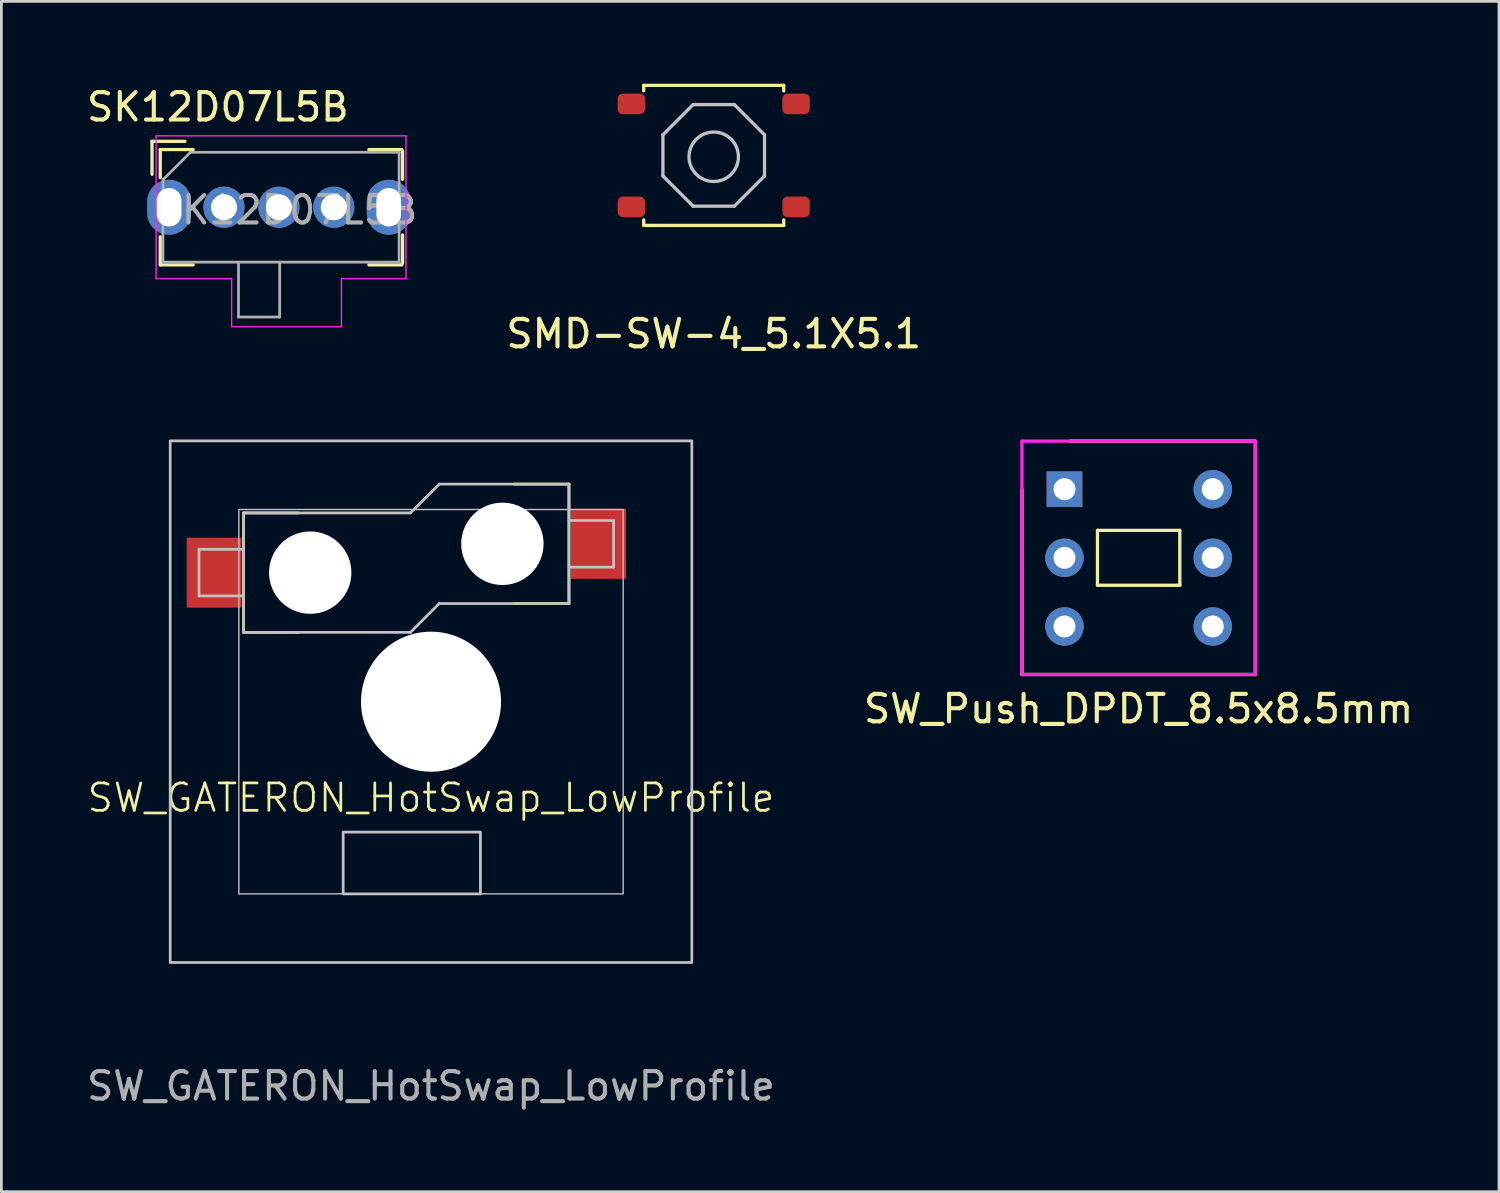
<source format=kicad_pcb>
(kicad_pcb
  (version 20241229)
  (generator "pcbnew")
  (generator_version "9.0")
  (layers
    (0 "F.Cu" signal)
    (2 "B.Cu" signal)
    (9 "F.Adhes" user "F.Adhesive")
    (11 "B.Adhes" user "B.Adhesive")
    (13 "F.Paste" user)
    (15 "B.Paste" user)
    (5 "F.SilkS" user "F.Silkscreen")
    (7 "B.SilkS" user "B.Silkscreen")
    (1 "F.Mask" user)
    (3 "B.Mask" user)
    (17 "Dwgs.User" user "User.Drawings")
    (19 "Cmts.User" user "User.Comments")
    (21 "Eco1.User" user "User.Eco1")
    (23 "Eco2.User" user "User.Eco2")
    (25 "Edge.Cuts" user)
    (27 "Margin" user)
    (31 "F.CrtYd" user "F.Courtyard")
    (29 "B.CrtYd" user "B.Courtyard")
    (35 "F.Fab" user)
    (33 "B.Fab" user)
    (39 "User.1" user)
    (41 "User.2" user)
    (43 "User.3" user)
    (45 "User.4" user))
  (footprint "SK12D07L5B"
    (layer "F.Cu")
    (at 7.109 4.499)
    (property "Reference" "SK12D07L5B" (at -2.223 -3.651 0) (layer "F.SilkS") (effects (font (size 1 1) (thickness 0.15))))
    (attr through_hole)
    (fp_line (start -4.622 -2.401) (end -4.622 -1.201) (stroke (width 0.12) (type solid)) (layer "F.SilkS"))
    (fp_line (start -4.322 -2.101) (end -4.322 -1.081) (stroke (width 0.12) (type solid)) (layer "F.SilkS"))
    (fp_line (start -4.322 1.079) (end -4.322 2.099) (stroke (width 0.12) (type solid)) (layer "F.SilkS"))
    (fp_line (start -4.322 2.099) (end -3.123 2.099) (stroke (width 0.12) (type solid)) (layer "F.SilkS"))
    (fp_line (start -3.422 -2.401) (end -4.622 -2.401) (stroke (width 0.12) (type solid)) (layer "F.SilkS"))
    (fp_line (start -3.123 -2.101) (end -4.322 -2.101) (stroke (width 0.12) (type solid)) (layer "F.SilkS"))
    (fp_line (start 3.277 -2.101) (end 4.478 -2.101) (stroke (width 0.12) (type solid)) (layer "F.SilkS"))
    (fp_line (start 4.478 2.099) (end 3.277 2.099) (stroke (width 0.12) (type solid)) (layer "F.SilkS"))
    (fp_line (start 4.504 -2.038) (end 4.504 -1.018) (stroke (width 0.12) (type solid)) (layer "F.SilkS"))
    (fp_line (start 4.504 1.01) (end 4.504 2.03) (stroke (width 0.12) (type solid)) (layer "F.SilkS"))
    (fp_line (start -4.473 -2.601) (end 4.628 -2.601) (stroke (width 0.05) (type solid)) (layer "F.CrtYd"))
    (fp_line (start -4.473 2.599) (end -4.473 -2.601) (stroke (width 0.05) (type solid)) (layer "F.CrtYd"))
    (fp_line (start -1.722 2.599) (end -4.473 2.599) (stroke (width 0.05) (type solid)) (layer "F.CrtYd"))
    (fp_line (start -1.722 2.599) (end -1.722 4.349) (stroke (width 0.05) (type solid)) (layer "F.CrtYd"))
    (fp_line (start 2.277 4.349) (end -1.722 4.349) (stroke (width 0.05) (type solid)) (layer "F.CrtYd"))
    (fp_line (start 2.277 4.349) (end 2.277 2.599) (stroke (width 0.05) (type solid)) (layer "F.CrtYd"))
    (fp_line (start 4.628 -2.601) (end 4.628 2.599) (stroke (width 0.05) (type solid)) (layer "F.CrtYd"))
    (fp_line (start 4.628 2.599) (end 2.277 2.599) (stroke (width 0.05) (type solid)) (layer "F.CrtYd"))
    (fp_line (start -4.223 1.999) (end -4.223 -1.001) (stroke (width 0.1) (type solid)) (layer "F.Fab"))
    (fp_line (start -3.223 -2.001) (end -4.223 -1.001) (stroke (width 0.1) (type solid)) (layer "F.Fab"))
    (fp_line (start -3.223 -2.001) (end 4.378 -2.001) (stroke (width 0.1) (type solid)) (layer "F.Fab"))
    (fp_line (start -1.472 1.999) (end -1.472 3.999) (stroke (width 0.1) (type solid)) (layer "F.Fab"))
    (fp_line (start -1.472 3.999) (end 0.028 3.999) (stroke (width 0.1) (type solid)) (layer "F.Fab"))
    (fp_line (start 0.028 3.999) (end 0.028 1.999) (stroke (width 0.1) (type solid)) (layer "F.Fab"))
    (fp_line (start 4.378 -2.001) (end 4.378 1.999) (stroke (width 0.1) (type solid)) (layer "F.Fab"))
    (fp_line (start 4.378 1.999) (end -4.223 1.999) (stroke (width 0.1) (type solid)) (layer "F.Fab"))
    (fp_text user "${REFERENCE}" (at 0.278 0.099 0) (layer "F.Fab") (effects (font (size 1 1) (thickness 0.15))))
    (pad "" thru_hole oval (at -4 0) (size 1.6 2) (drill oval 0.9 1.4) (layers "*.Cu" "*.Mask"))
    (pad "" thru_hole oval (at 4 0) (size 1.6 2) (drill oval 0.9 1.4) (layers "*.Cu" "*.Mask"))
    (pad "1" thru_hole circle (at -2 0) (size 1.5 1.5) (drill 0.95) (layers "*.Cu" "*.Mask"))
    (pad "2" thru_hole circle (at 0 0) (size 1.5 1.5) (drill 0.95) (layers "*.Cu" "*.Mask"))
    (pad "3" thru_hole circle (at 2 0) (size 1.5 1.5) (drill 0.95) (layers "*.Cu" "*.Mask")))
  (footprint "SW_Push_DPDT_8.5x8.5mm"
    (layer "F.Cu")
    (at 38.423 17.268)
    (property "Reference" "SW_Push_DPDT_8.5x8.5mm" (at 0 5.5 0) (layer "F.SilkS") (effects (font (size 1 1) (thickness 0.15))))
    (attr through_hole)
    (fp_line (start -4.25 -2.5) (end -4.25 4.25) (stroke (width 0.12) (type solid)) (layer "F.SilkS"))
    (fp_line (start -4.25 4.25) (end 4.25 4.25) (stroke (width 0.12) (type solid)) (layer "F.SilkS"))
    (fp_line (start -1.5 -1) (end -1.5 1) (stroke (width 0.12) (type solid)) (layer "F.SilkS"))
    (fp_line (start -1.5 1) (end 1.5 1) (stroke (width 0.12) (type solid)) (layer "F.SilkS"))
    (fp_line (start 1.5 -1) (end -1.5 -1) (stroke (width 0.12) (type solid)) (layer "F.SilkS"))
    (fp_line (start 1.5 1) (end 1.5 -1) (stroke (width 0.12) (type solid)) (layer "F.SilkS"))
    (fp_line (start 4.25 -4.25) (end -2.5 -4.25) (stroke (width 0.12) (type solid)) (layer "F.SilkS"))
    (fp_line (start 4.25 4.25) (end 4.25 -4.25) (stroke (width 0.12) (type solid)) (layer "F.SilkS"))
    (fp_line (start -4.25 -4.25) (end -4.25 4.25) (stroke (width 0.12) (type solid)) (layer "F.CrtYd"))
    (fp_line (start -4.25 4.25) (end 4.25 4.25) (stroke (width 0.12) (type solid)) (layer "F.CrtYd"))
    (fp_line (start 4.25 -4.25) (end -4.25 -4.25) (stroke (width 0.12) (type solid)) (layer "F.CrtYd"))
    (fp_line (start 4.25 4.25) (end 4.25 -4.25) (stroke (width 0.12) (type solid)) (layer "F.CrtYd"))
    (pad "1" thru_hole rect (at -2.7 -2.5) (size 1.3 1.3) (drill 0.8) (layers "*.Cu" "*.Mask"))
    (pad "2" thru_hole circle (at -2.7 0) (size 1.4 1.4) (drill 0.8) (layers "*.Cu" "*.Mask"))
    (pad "3" thru_hole circle (at -2.7 2.5) (size 1.4 1.4) (drill 0.8) (layers "*.Cu" "*.Mask"))
    (pad "4" thru_hole circle (at 2.7 -2.5) (size 1.4 1.4) (drill 0.8) (layers "*.Cu" "*.Mask"))
    (pad "5" thru_hole circle (at 2.7 0) (size 1.4 1.4) (drill 0.8) (layers "*.Cu" "*.Mask"))
    (pad "6" thru_hole circle (at 2.7 2.5) (size 1.4 1.4) (drill 0.8) (layers "*.Cu" "*.Mask")))
  (footprint "SMD-SW-4_5.1X5.1"
    (layer "F.Cu")
    (at 22.946 2.61)
    (property "Reference" "SMD-SW-4_5.1X5.1" (at 0 6.5 0) (layer "F.SilkS") (effects (font (size 1 1) (thickness 0.15))))
    (attr through_hole)
    (fp_line (start -2.55 -2.55) (end 2.55 -2.55) (stroke (width 0.12) (type solid)) (layer "F.SilkS"))
    (fp_line (start -2.55 -2.35) (end -2.55 -2.55) (stroke (width 0.12) (type solid)) (layer "F.SilkS"))
    (fp_line (start -2.55 2.35) (end -2.55 2.55) (stroke (width 0.12) (type solid)) (layer "F.SilkS"))
    (fp_line (start -2.55 2.55) (end 2.55 2.55) (stroke (width 0.12) (type solid)) (layer "F.SilkS"))
    (fp_line (start 2.55 -2.55) (end 2.55 -2.35) (stroke (width 0.12) (type solid)) (layer "F.SilkS"))
    (fp_line (start 2.55 2.55) (end 2.55 2.35) (stroke (width 0.12) (type solid)) (layer "F.SilkS"))
    (fp_line (start -1.85 -0.75) (end -1.85 0.75) (stroke (width 0.12) (type solid)) (layer "Dwgs.User"))
    (fp_line (start -1.85 0.75) (end -0.75 1.85) (stroke (width 0.12) (type solid)) (layer "Dwgs.User"))
    (fp_line (start -0.75 -1.85) (end -1.85 -0.75) (stroke (width 0.12) (type solid)) (layer "Dwgs.User"))
    (fp_line (start -0.75 1.85) (end 0.75 1.85) (stroke (width 0.12) (type solid)) (layer "Dwgs.User"))
    (fp_line (start 0.75 -1.85) (end -0.75 -1.85) (stroke (width 0.12) (type solid)) (layer "Dwgs.User"))
    (fp_line (start 0.75 1.85) (end 1.85 0.75) (stroke (width 0.12) (type solid)) (layer "Dwgs.User"))
    (fp_line (start 1.85 -0.75) (end 0.75 -1.85) (stroke (width 0.12) (type solid)) (layer "Dwgs.User"))
    (fp_line (start 1.85 0.75) (end 1.85 -0.75) (stroke (width 0.12) (type solid)) (layer "Dwgs.User"))
    (fp_circle (center 0 0.05) (end 0.9 0.05) (stroke (width 0.12) (type solid)) (fill no) (layer "Dwgs.User"))
    (pad "1" smd roundrect (at -3 -1.875) (size 1 0.75) (layers "F.Cu" "F.Mask" "F.Paste") (roundrect_rratio 0.25))
    (pad "2" smd roundrect (at 3 -1.875) (size 1 0.75) (layers "F.Cu" "F.Mask" "F.Paste") (roundrect_rratio 0.25))
    (pad "3" smd roundrect (at -3 1.875) (size 1 0.75) (layers "F.Cu" "F.Mask" "F.Paste") (roundrect_rratio 0.25))
    (pad "4" smd roundrect (at 3 1.875) (size 1 0.75) (layers "F.Cu" "F.Mask" "F.Paste") (roundrect_rratio 0.25)))
  (footprint "SW_GATERON_HotSwap_LowProfile"
    (layer "F.Cu")
    (at 12.649 22.508)
    (property "Reference" "SW_GATERON_HotSwap_LowProfile" (at 0 3.5 0) (layer "F.SilkS") (effects (font (size 1 1) (thickness 0.1))))
    (attr smd)
    (fp_line (start -6.825 -6.875) (end -6.825 -2.525) (stroke (width 0.1) (type default)) (layer "F.SilkS"))
    (fp_line (start -6.825 -6.875) (end -4.825 -6.875) (stroke (width 0.1) (type default)) (layer "F.SilkS"))
    (fp_line (start -6.825 -2.525) (end -4.825 -2.525) (stroke (width 0.1) (type default)) (layer "F.SilkS"))
    (fp_line (start 5.025 -7.925) (end 3.025 -7.925) (stroke (width 0.1) (type default)) (layer "F.SilkS"))
    (fp_line (start 5.025 -7.925) (end 5.025 -3.575) (stroke (width 0.1) (type default)) (layer "F.SilkS"))
    (fp_line (start 5.025 -3.575) (end 3.025 -3.575) (stroke (width 0.1) (type default)) (layer "F.SilkS"))
    (fp_line (start -8.45 -5.55) (end -8.45 -3.85) (stroke (width 0.1) (type default)) (layer "Dwgs.User"))
    (fp_line (start -8.45 -3.85) (end -6.825 -3.85) (stroke (width 0.1) (type default)) (layer "Dwgs.User"))
    (fp_line (start -6.825 -6.875) (end -6.825 -2.525) (stroke (width 0.1) (type default)) (layer "Dwgs.User"))
    (fp_line (start -6.825 -5.55) (end -8.45 -5.55) (stroke (width 0.1) (type default)) (layer "Dwgs.User"))
    (fp_line (start -6.825 -2.525) (end -0.75 -2.525) (stroke (width 0.1) (type default)) (layer "Dwgs.User"))
    (fp_line (start -0.75 -6.875) (end -6.825 -6.875) (stroke (width 0.1) (type default)) (layer "Dwgs.User"))
    (fp_line (start -0.75 -2.525) (end 0.3 -3.575) (stroke (width 0.1) (type default)) (layer "Dwgs.User"))
    (fp_line (start 0.3 -7.925) (end -0.75 -6.875) (stroke (width 0.1) (type default)) (layer "Dwgs.User"))
    (fp_line (start 0.3 -3.575) (end 5.025 -3.575) (stroke (width 0.1) (type default)) (layer "Dwgs.User"))
    (fp_line (start 5.025 -7.925) (end 0.3 -7.925) (stroke (width 0.1) (type default)) (layer "Dwgs.User"))
    (fp_line (start 5.025 -6.6) (end 6.65 -6.6) (stroke (width 0.1) (type default)) (layer "Dwgs.User"))
    (fp_line (start 5.025 -3.575) (end 5.025 -7.925) (stroke (width 0.1) (type default)) (layer "Dwgs.User"))
    (fp_line (start 6.65 -6.6) (end 6.65 -4.9) (stroke (width 0.1) (type default)) (layer "Dwgs.User"))
    (fp_line (start 6.65 -4.9) (end 5.025 -4.9) (stroke (width 0.1) (type default)) (layer "Dwgs.User"))
    (fp_rect (start -9.5 -9.5) (end 9.5 9.5) (stroke (width 0.1) (type default)) (fill no) (layer "Dwgs.User"))
    (fp_rect (start -7 -7) (end 7 7) (stroke (width 0.05) (type default)) (fill no) (layer "Dwgs.User"))
    (fp_rect (start -3.2 4.75) (end 1.8 7) (stroke (width 0.1) (type default)) (fill no) (layer "Dwgs.User"))
    (fp_text user "${REFERENCE}" (at 0 14 0) (unlocked yes) (layer "F.Fab") (effects (font (size 1 1) (thickness 0.15))))
    (pad "" np_thru_hole circle (at -4.4 -4.7) (size 3 3) (drill 3) (layers "*.Cu" "*.Mask"))
    (pad "" np_thru_hole circle (at 0 0) (size 5.1 5.1) (drill 5.1) (layers "*.Cu" "*.Mask"))
    (pad "" np_thru_hole circle (at 2.6 -5.75) (size 3 3) (drill 3) (layers "*.Cu" "*.Mask"))
    (pad "1" smd rect (at -7.9 -4.7) (size 2 2.55) (layers "F.Cu" "F.Mask" "F.Paste"))
    (pad "2" smd rect (at 6.1 -5.75) (size 2 2.55) (layers "F.Cu" "F.Mask" "F.Paste")))
  (gr_rect
    (start -3 -3)
    (end 51.548 40.356)
    (stroke (width 0.1) (type default))
    (fill no)
    (layer "Edge.Cuts")))
</source>
